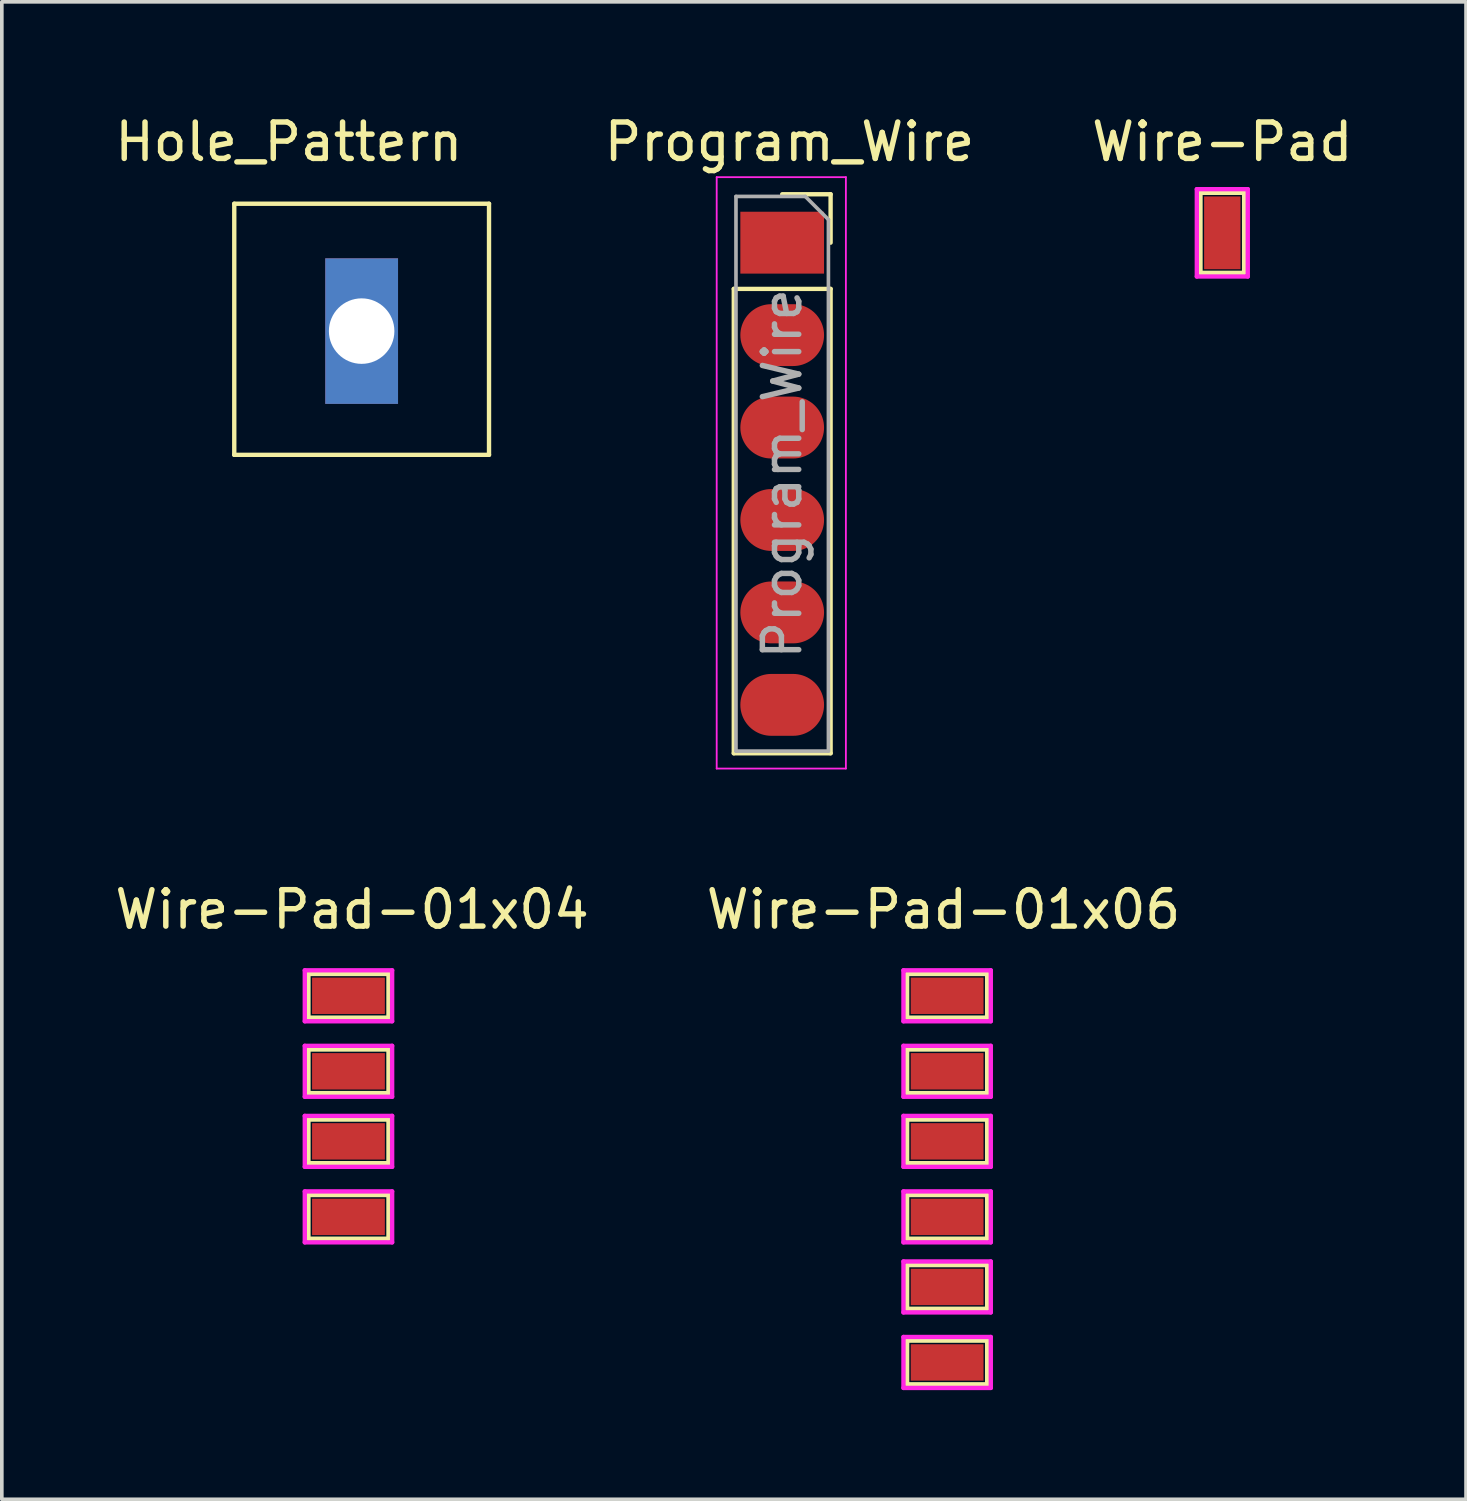
<source format=kicad_pcb>
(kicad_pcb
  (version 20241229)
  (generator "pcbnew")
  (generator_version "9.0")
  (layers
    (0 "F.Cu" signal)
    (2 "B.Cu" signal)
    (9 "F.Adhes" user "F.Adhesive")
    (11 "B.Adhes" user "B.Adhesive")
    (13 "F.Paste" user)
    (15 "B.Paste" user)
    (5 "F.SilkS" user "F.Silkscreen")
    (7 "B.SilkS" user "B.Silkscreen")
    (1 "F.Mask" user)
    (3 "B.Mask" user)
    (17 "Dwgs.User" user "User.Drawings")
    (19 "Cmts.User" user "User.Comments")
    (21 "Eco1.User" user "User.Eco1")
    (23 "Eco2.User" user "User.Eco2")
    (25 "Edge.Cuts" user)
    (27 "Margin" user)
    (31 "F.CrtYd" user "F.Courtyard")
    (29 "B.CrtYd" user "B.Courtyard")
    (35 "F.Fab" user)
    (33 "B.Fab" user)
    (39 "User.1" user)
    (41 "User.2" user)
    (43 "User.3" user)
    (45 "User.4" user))
  (footprint "Wire-Pad-01x06"
    (layer "F.Cu")
    (at 22.875 24.712)
    (property "Reference" "Wire-Pad-01x06" (at 0 -2.77 0) (layer "F.SilkS") (effects (font (size 1 1) (thickness 0.15))))
    (attr through_hole)
    (fp_line (start -1 -1) (end 1.2 -1) (stroke (width 0.12) (type solid)) (layer "F.SilkS"))
    (fp_line (start -1 0.2) (end -1 -1) (stroke (width 0.12) (type solid)) (layer "F.SilkS"))
    (fp_line (start -1 1.075) (end 1.2 1.075) (stroke (width 0.12) (type solid)) (layer "F.SilkS"))
    (fp_line (start -1 2.275) (end -1 1.075) (stroke (width 0.12) (type solid)) (layer "F.SilkS"))
    (fp_line (start -1 3) (end 1.2 3) (stroke (width 0.12) (type solid)) (layer "F.SilkS"))
    (fp_line (start -1 4.2) (end -1 3) (stroke (width 0.12) (type solid)) (layer "F.SilkS"))
    (fp_line (start -1 5.075) (end 1.2 5.075) (stroke (width 0.12) (type solid)) (layer "F.SilkS"))
    (fp_line (start -1 6.275) (end -1 5.075) (stroke (width 0.12) (type solid)) (layer "F.SilkS"))
    (fp_line (start -1 7) (end 1.2 7) (stroke (width 0.12) (type solid)) (layer "F.SilkS"))
    (fp_line (start -1 8.2) (end -1 7) (stroke (width 0.12) (type solid)) (layer "F.SilkS"))
    (fp_line (start -1 9.075) (end 1.2 9.075) (stroke (width 0.12) (type solid)) (layer "F.SilkS"))
    (fp_line (start -1 10.275) (end -1 9.075) (stroke (width 0.12) (type solid)) (layer "F.SilkS"))
    (fp_line (start 1.2 -1) (end 1.2 0.2) (stroke (width 0.12) (type solid)) (layer "F.SilkS"))
    (fp_line (start 1.2 0.2) (end -1 0.2) (stroke (width 0.12) (type solid)) (layer "F.SilkS"))
    (fp_line (start 1.2 1.075) (end 1.2 2.275) (stroke (width 0.12) (type solid)) (layer "F.SilkS"))
    (fp_line (start 1.2 2.275) (end -1 2.275) (stroke (width 0.12) (type solid)) (layer "F.SilkS"))
    (fp_line (start 1.2 3) (end 1.2 4.2) (stroke (width 0.12) (type solid)) (layer "F.SilkS"))
    (fp_line (start 1.2 4.2) (end -1 4.2) (stroke (width 0.12) (type solid)) (layer "F.SilkS"))
    (fp_line (start 1.2 5.075) (end 1.2 6.275) (stroke (width 0.12) (type solid)) (layer "F.SilkS"))
    (fp_line (start 1.2 6.275) (end -1 6.275) (stroke (width 0.12) (type solid)) (layer "F.SilkS"))
    (fp_line (start 1.2 7) (end 1.2 8.2) (stroke (width 0.12) (type solid)) (layer "F.SilkS"))
    (fp_line (start 1.2 8.2) (end -1 8.2) (stroke (width 0.12) (type solid)) (layer "F.SilkS"))
    (fp_line (start 1.2 9.075) (end 1.2 10.275) (stroke (width 0.12) (type solid)) (layer "F.SilkS"))
    (fp_line (start 1.2 10.275) (end -1 10.275) (stroke (width 0.12) (type solid)) (layer "F.SilkS"))
    (fp_line (start -1.1 -1.1) (end 1.3 -1.1) (stroke (width 0.12) (type solid)) (layer "F.CrtYd"))
    (fp_line (start -1.1 0.3) (end -1.1 -1.1) (stroke (width 0.12) (type solid)) (layer "F.CrtYd"))
    (fp_line (start -1.1 0.975) (end 1.3 0.975) (stroke (width 0.12) (type solid)) (layer "F.CrtYd"))
    (fp_line (start -1.1 2.375) (end -1.1 0.975) (stroke (width 0.12) (type solid)) (layer "F.CrtYd"))
    (fp_line (start -1.1 2.9) (end 1.3 2.9) (stroke (width 0.12) (type solid)) (layer "F.CrtYd"))
    (fp_line (start -1.1 4.3) (end -1.1 2.9) (stroke (width 0.12) (type solid)) (layer "F.CrtYd"))
    (fp_line (start -1.1 4.975) (end 1.3 4.975) (stroke (width 0.12) (type solid)) (layer "F.CrtYd"))
    (fp_line (start -1.1 6.375) (end -1.1 4.975) (stroke (width 0.12) (type solid)) (layer "F.CrtYd"))
    (fp_line (start -1.1 6.9) (end 1.3 6.9) (stroke (width 0.12) (type solid)) (layer "F.CrtYd"))
    (fp_line (start -1.1 8.3) (end -1.1 6.9) (stroke (width 0.12) (type solid)) (layer "F.CrtYd"))
    (fp_line (start -1.1 8.975) (end 1.3 8.975) (stroke (width 0.12) (type solid)) (layer "F.CrtYd"))
    (fp_line (start -1.1 10.375) (end -1.1 8.975) (stroke (width 0.12) (type solid)) (layer "F.CrtYd"))
    (fp_line (start 1.3 -1.1) (end 1.3 0.3) (stroke (width 0.12) (type solid)) (layer "F.CrtYd"))
    (fp_line (start 1.3 0.3) (end -1.1 0.3) (stroke (width 0.12) (type solid)) (layer "F.CrtYd"))
    (fp_line (start 1.3 0.975) (end 1.3 2.375) (stroke (width 0.12) (type solid)) (layer "F.CrtYd"))
    (fp_line (start 1.3 2.375) (end -1.1 2.375) (stroke (width 0.12) (type solid)) (layer "F.CrtYd"))
    (fp_line (start 1.3 2.9) (end 1.3 4.3) (stroke (width 0.12) (type solid)) (layer "F.CrtYd"))
    (fp_line (start 1.3 4.3) (end -1.1 4.3) (stroke (width 0.12) (type solid)) (layer "F.CrtYd"))
    (fp_line (start 1.3 4.975) (end 1.3 6.375) (stroke (width 0.12) (type solid)) (layer "F.CrtYd"))
    (fp_line (start 1.3 6.375) (end -1.1 6.375) (stroke (width 0.12) (type solid)) (layer "F.CrtYd"))
    (fp_line (start 1.3 6.9) (end 1.3 8.3) (stroke (width 0.12) (type solid)) (layer "F.CrtYd"))
    (fp_line (start 1.3 8.3) (end -1.1 8.3) (stroke (width 0.12) (type solid)) (layer "F.CrtYd"))
    (fp_line (start 1.3 8.975) (end 1.3 10.375) (stroke (width 0.12) (type solid)) (layer "F.CrtYd"))
    (fp_line (start 1.3 10.375) (end -1.1 10.375) (stroke (width 0.12) (type solid)) (layer "F.CrtYd"))
    (pad "1" smd rect (at 0.1 -0.4 270) (size 1 2) (layers "F.Cu" "F.Mask" "F.Paste"))
    (pad "2" smd rect (at 0.1 1.675 270) (size 1 2) (layers "F.Cu" "F.Mask" "F.Paste"))
    (pad "3" smd rect (at 0.1 3.6 270) (size 1 2) (layers "F.Cu" "F.Mask" "F.Paste"))
    (pad "4" smd rect (at 0.1 5.675 270) (size 1 2) (layers "F.Cu" "F.Mask" "F.Paste"))
    (pad "5" smd rect (at 0.1 7.6 270) (size 1 2) (layers "F.Cu" "F.Mask" "F.Paste"))
    (pad "6" smd rect (at 0.1 9.675 270) (size 1 2) (layers "F.Cu" "F.Mask" "F.Paste")))
  (footprint "Hole_Pattern"
    (layer "F.Cu")
    (at 4.887 4.048)
    (property "Reference" "Hole_Pattern" (at 0 -3.2 0) (layer "F.SilkS") (effects (font (size 1 1) (thickness 0.15))))
    (attr exclude_from_pos_files exclude_from_bom)
    (fp_line (start -1.5 -1.5) (end -1.5 5.4) (stroke (width 0.12) (type solid)) (layer "F.SilkS"))
    (fp_line (start -1.5 -1.5) (end 5.5 -1.5) (stroke (width 0.12) (type solid)) (layer "F.SilkS"))
    (fp_line (start -1.5 5.4) (end 5.5 5.4) (stroke (width 0.12) (type solid)) (layer "F.SilkS"))
    (fp_line (start 5.5 -1.5) (end 5.5 5.4) (stroke (width 0.12) (type solid)) (layer "F.SilkS"))
    (pad "" np_thru_hole rect (at 2 2) (size 2 4) (drill 1.8) (layers "*.Cu" "*.Mask")))
  (footprint "Wire-Pad"
    (layer "F.Cu")
    (at 30.536 0.348)
    (property "Reference" "Wire-Pad" (at 0 0.5 0) (layer "F.SilkS") (effects (font (size 1 1) (thickness 0.15))))
    (attr through_hole)
    (fp_line (start -0.6 1.9) (end 0.6 1.9) (stroke (width 0.12) (type solid)) (layer "F.SilkS"))
    (fp_line (start -0.6 4.1) (end -0.6 1.9) (stroke (width 0.12) (type solid)) (layer "F.SilkS"))
    (fp_line (start 0.6 1.9) (end 0.6 4.1) (stroke (width 0.12) (type solid)) (layer "F.SilkS"))
    (fp_line (start 0.6 4.1) (end -0.6 4.1) (stroke (width 0.12) (type solid)) (layer "F.SilkS"))
    (fp_line (start -0.7 1.8) (end 0.7 1.8) (stroke (width 0.12) (type solid)) (layer "F.CrtYd"))
    (fp_line (start -0.7 4.2) (end -0.7 1.8) (stroke (width 0.12) (type solid)) (layer "F.CrtYd"))
    (fp_line (start 0.7 1.8) (end 0.7 4.2) (stroke (width 0.12) (type solid)) (layer "F.CrtYd"))
    (fp_line (start 0.7 4.2) (end -0.7 4.2) (stroke (width 0.12) (type solid)) (layer "F.CrtYd"))
    (pad "1" smd rect (at 0 3) (size 1 2) (layers "F.Cu" "F.Mask" "F.Paste")))
  (footprint "Program_Wire"
    (layer "F.Cu")
    (at 18.643 3.618)
    (property "Reference" "Program_Wire" (at 0 -2.77 0) (layer "F.SilkS") (effects (font (size 1 1) (thickness 0.15))))
    (attr through_hole)
    (fp_line (start -1.53 1.27) (end -1.53 14.03) (stroke (width 0.12) (type solid)) (layer "F.SilkS"))
    (fp_line (start -1.53 1.27) (end 1.13 1.27) (stroke (width 0.12) (type solid)) (layer "F.SilkS"))
    (fp_line (start -1.53 14.03) (end 1.13 14.03) (stroke (width 0.12) (type solid)) (layer "F.SilkS"))
    (fp_line (start -0.2 -1.33) (end 1.13 -1.33) (stroke (width 0.12) (type solid)) (layer "F.SilkS"))
    (fp_line (start 1.13 -1.33) (end 1.13 0) (stroke (width 0.12) (type solid)) (layer "F.SilkS"))
    (fp_line (start 1.13 1.27) (end 1.13 14.03) (stroke (width 0.12) (type solid)) (layer "F.SilkS"))
    (fp_line (start -2 -1.8) (end 1.55 -1.8) (stroke (width 0.05) (type solid)) (layer "F.CrtYd"))
    (fp_line (start -2 14.45) (end -2 -1.8) (stroke (width 0.05) (type solid)) (layer "F.CrtYd"))
    (fp_line (start 1.55 -1.8) (end 1.55 14.45) (stroke (width 0.05) (type solid)) (layer "F.CrtYd"))
    (fp_line (start 1.55 14.45) (end -2 14.45) (stroke (width 0.05) (type solid)) (layer "F.CrtYd"))
    (fp_line (start -1.47 -1.27) (end 0.435 -1.27) (stroke (width 0.1) (type solid)) (layer "F.Fab"))
    (fp_line (start -1.47 13.97) (end -1.47 -1.27) (stroke (width 0.1) (type solid)) (layer "F.Fab"))
    (fp_line (start 0.435 -1.27) (end 1.07 -0.635) (stroke (width 0.1) (type solid)) (layer "F.Fab"))
    (fp_line (start 1.07 -0.635) (end 1.07 13.97) (stroke (width 0.1) (type solid)) (layer "F.Fab"))
    (fp_line (start 1.07 13.97) (end -1.47 13.97) (stroke (width 0.1) (type solid)) (layer "F.Fab"))
    (fp_text user "${REFERENCE}" (at -0.2 6.35 90) (layer "F.Fab") (effects (font (size 1 1) (thickness 0.15))))
    (pad "1" smd rect (at -0.2 0) (size 2.3 1.7) (layers "F.Cu" "F.Mask" "F.Paste"))
    (pad "2" smd oval (at -0.2 2.54) (size 2.3 1.7) (layers "F.Cu" "F.Mask" "F.Paste"))
    (pad "3" smd oval (at -0.2 5.08) (size 2.3 1.7) (layers "F.Cu" "F.Mask" "F.Paste"))
    (pad "4" smd oval (at -0.2 7.62) (size 2.3 1.7) (layers "F.Cu" "F.Mask" "F.Paste"))
    (pad "5" smd oval (at -0.2 10.16) (size 2.3 1.7) (layers "F.Cu" "F.Mask" "F.Paste"))
    (pad "6" smd oval (at -0.2 12.7) (size 2.3 1.7) (layers "F.Cu" "F.Mask" "F.Paste")))
  (footprint "Wire-Pad-01x04"
    (layer "F.Cu")
    (at 6.625 24.712)
    (property "Reference" "Wire-Pad-01x04" (at 0 -2.77 0) (layer "F.SilkS") (effects (font (size 1 1) (thickness 0.15))))
    (attr through_hole)
    (fp_line (start -1.2 -1) (end 1 -1) (stroke (width 0.12) (type solid)) (layer "F.SilkS"))
    (fp_line (start -1.2 0.2) (end -1.2 -1) (stroke (width 0.12) (type solid)) (layer "F.SilkS"))
    (fp_line (start -1.2 1.075) (end 1 1.075) (stroke (width 0.12) (type solid)) (layer "F.SilkS"))
    (fp_line (start -1.2 2.275) (end -1.2 1.075) (stroke (width 0.12) (type solid)) (layer "F.SilkS"))
    (fp_line (start -1.2 3) (end 1 3) (stroke (width 0.12) (type solid)) (layer "F.SilkS"))
    (fp_line (start -1.2 4.2) (end -1.2 3) (stroke (width 0.12) (type solid)) (layer "F.SilkS"))
    (fp_line (start -1.2 5.075) (end 1 5.075) (stroke (width 0.12) (type solid)) (layer "F.SilkS"))
    (fp_line (start -1.2 6.275) (end -1.2 5.075) (stroke (width 0.12) (type solid)) (layer "F.SilkS"))
    (fp_line (start 1 -1) (end 1 0.2) (stroke (width 0.12) (type solid)) (layer "F.SilkS"))
    (fp_line (start 1 0.2) (end -1.2 0.2) (stroke (width 0.12) (type solid)) (layer "F.SilkS"))
    (fp_line (start 1 1.075) (end 1 2.275) (stroke (width 0.12) (type solid)) (layer "F.SilkS"))
    (fp_line (start 1 2.275) (end -1.2 2.275) (stroke (width 0.12) (type solid)) (layer "F.SilkS"))
    (fp_line (start 1 3) (end 1 4.2) (stroke (width 0.12) (type solid)) (layer "F.SilkS"))
    (fp_line (start 1 4.2) (end -1.2 4.2) (stroke (width 0.12) (type solid)) (layer "F.SilkS"))
    (fp_line (start 1 5.075) (end 1 6.275) (stroke (width 0.12) (type solid)) (layer "F.SilkS"))
    (fp_line (start 1 6.275) (end -1.2 6.275) (stroke (width 0.12) (type solid)) (layer "F.SilkS"))
    (fp_line (start -1.3 -1.1) (end 1.1 -1.1) (stroke (width 0.12) (type solid)) (layer "F.CrtYd"))
    (fp_line (start -1.3 0.3) (end -1.3 -1.1) (stroke (width 0.12) (type solid)) (layer "F.CrtYd"))
    (fp_line (start -1.3 0.975) (end 1.1 0.975) (stroke (width 0.12) (type solid)) (layer "F.CrtYd"))
    (fp_line (start -1.3 2.375) (end -1.3 0.975) (stroke (width 0.12) (type solid)) (layer "F.CrtYd"))
    (fp_line (start -1.3 2.9) (end 1.1 2.9) (stroke (width 0.12) (type solid)) (layer "F.CrtYd"))
    (fp_line (start -1.3 4.3) (end -1.3 2.9) (stroke (width 0.12) (type solid)) (layer "F.CrtYd"))
    (fp_line (start -1.3 4.975) (end 1.1 4.975) (stroke (width 0.12) (type solid)) (layer "F.CrtYd"))
    (fp_line (start -1.3 6.375) (end -1.3 4.975) (stroke (width 0.12) (type solid)) (layer "F.CrtYd"))
    (fp_line (start 1.1 -1.1) (end 1.1 0.3) (stroke (width 0.12) (type solid)) (layer "F.CrtYd"))
    (fp_line (start 1.1 0.3) (end -1.3 0.3) (stroke (width 0.12) (type solid)) (layer "F.CrtYd"))
    (fp_line (start 1.1 0.975) (end 1.1 2.375) (stroke (width 0.12) (type solid)) (layer "F.CrtYd"))
    (fp_line (start 1.1 2.375) (end -1.3 2.375) (stroke (width 0.12) (type solid)) (layer "F.CrtYd"))
    (fp_line (start 1.1 2.9) (end 1.1 4.3) (stroke (width 0.12) (type solid)) (layer "F.CrtYd"))
    (fp_line (start 1.1 4.3) (end -1.3 4.3) (stroke (width 0.12) (type solid)) (layer "F.CrtYd"))
    (fp_line (start 1.1 4.975) (end 1.1 6.375) (stroke (width 0.12) (type solid)) (layer "F.CrtYd"))
    (fp_line (start 1.1 6.375) (end -1.3 6.375) (stroke (width 0.12) (type solid)) (layer "F.CrtYd"))
    (pad "1" smd rect (at -0.1 -0.4 270) (size 1 2) (layers "F.Cu" "F.Mask" "F.Paste"))
    (pad "2" smd rect (at -0.1 1.675 270) (size 1 2) (layers "F.Cu" "F.Mask" "F.Paste"))
    (pad "3" smd rect (at -0.1 3.6 270) (size 1 2) (layers "F.Cu" "F.Mask" "F.Paste"))
    (pad "4" smd rect (at -0.1 5.675 270) (size 1 2) (layers "F.Cu" "F.Mask" "F.Paste")))
  (gr_rect
    (start -3 -3)
    (end 37.233 38.147)
    (stroke (width 0.1) (type default))
    (fill no)
    (layer "Edge.Cuts")))
</source>
